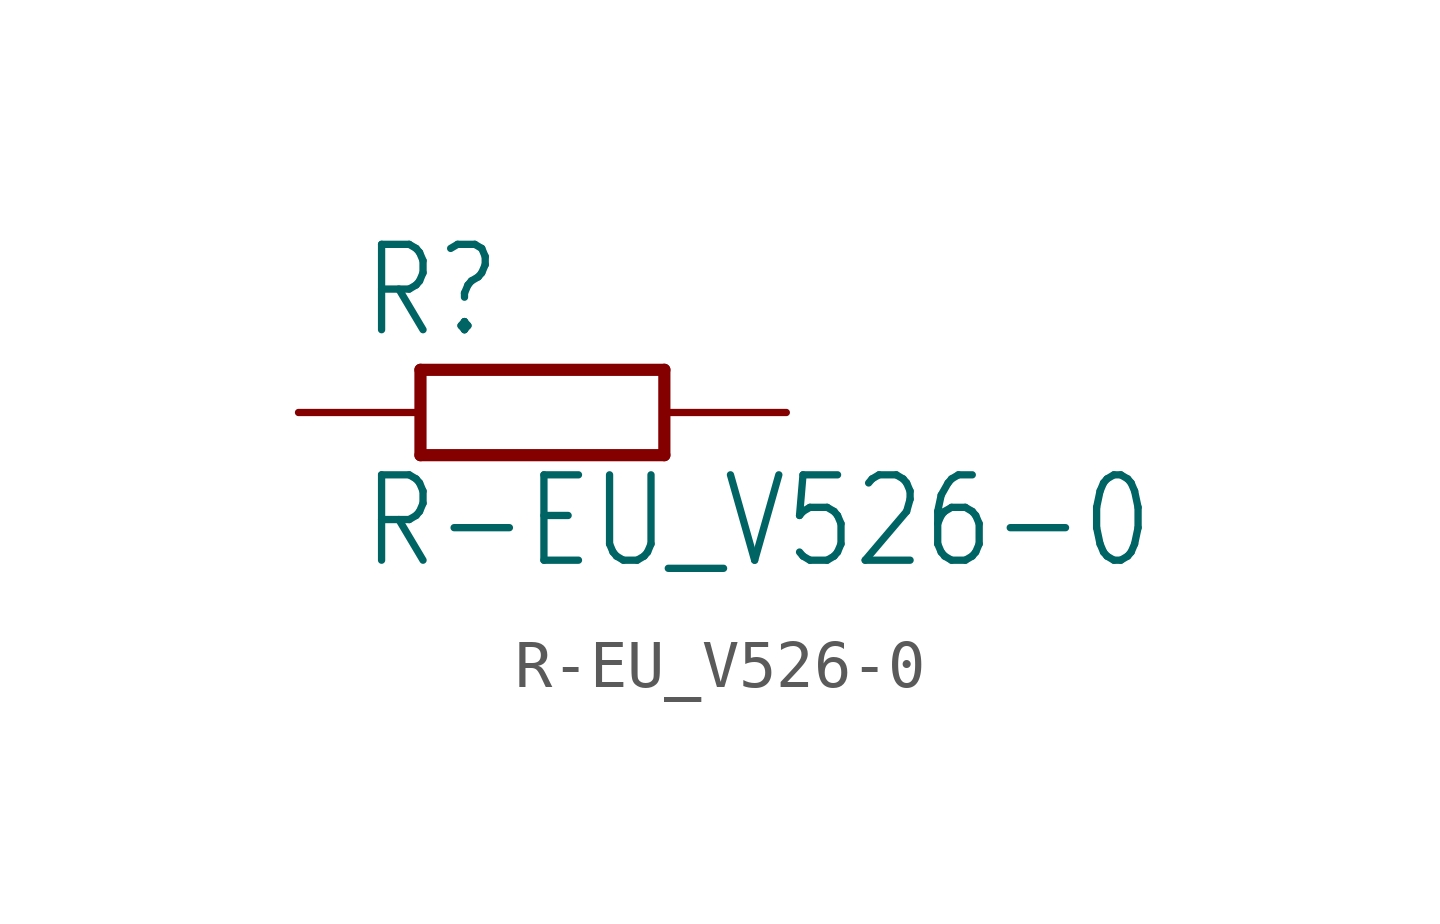
<source format=kicad_sym>
(kicad_symbol_lib
  (version 20201005)
  (generator kicad_symbol_editor)
  (symbol "R-EU_V526-0"
    (property "Reference" "R"
      (at -3.81 1.499 0)
      (effects (font (size 1.778 1.511)) (justify left bottom)))
    (property "Value" "R-EU_V526-0"
      (at -3.81 -3.302 0)
      (effects (font (size 1.778 1.511)) (justify left bottom)))
    (property "ki_locked" ""
      (at 0 0 0)
      (effects (font (size 1.27 1.27))))
    (symbol "R-EU_V526-0_1_0"
      (polyline (pts (xy -2.54 -0.889) (xy 2.54 -0.889)) (stroke (width 0.254)) (fill (type none)))
      (polyline (pts (xy 2.54 0.889) (xy -2.54 0.889)) (stroke (width 0.254)) (fill (type none)))
      (polyline (pts (xy 2.54 -0.889) (xy 2.54 0.889)) (stroke (width 0.254)) (fill (type none)))
      (polyline (pts (xy -2.54 -0.889) (xy -2.54 0.889)) (stroke (width 0.254)) (fill (type none)))
      (pin passive line (at 5.08 0 180) (length 2.54) (name "2" (effects (font (size 0 0)))) (number "2" (effects (font (size 0 0)))))
      (pin passive line (at -5.08 0 0) (length 2.54) (name "1" (effects (font (size 0 0)))) (number "1" (effects (font (size 0 0))))))))
</source>
